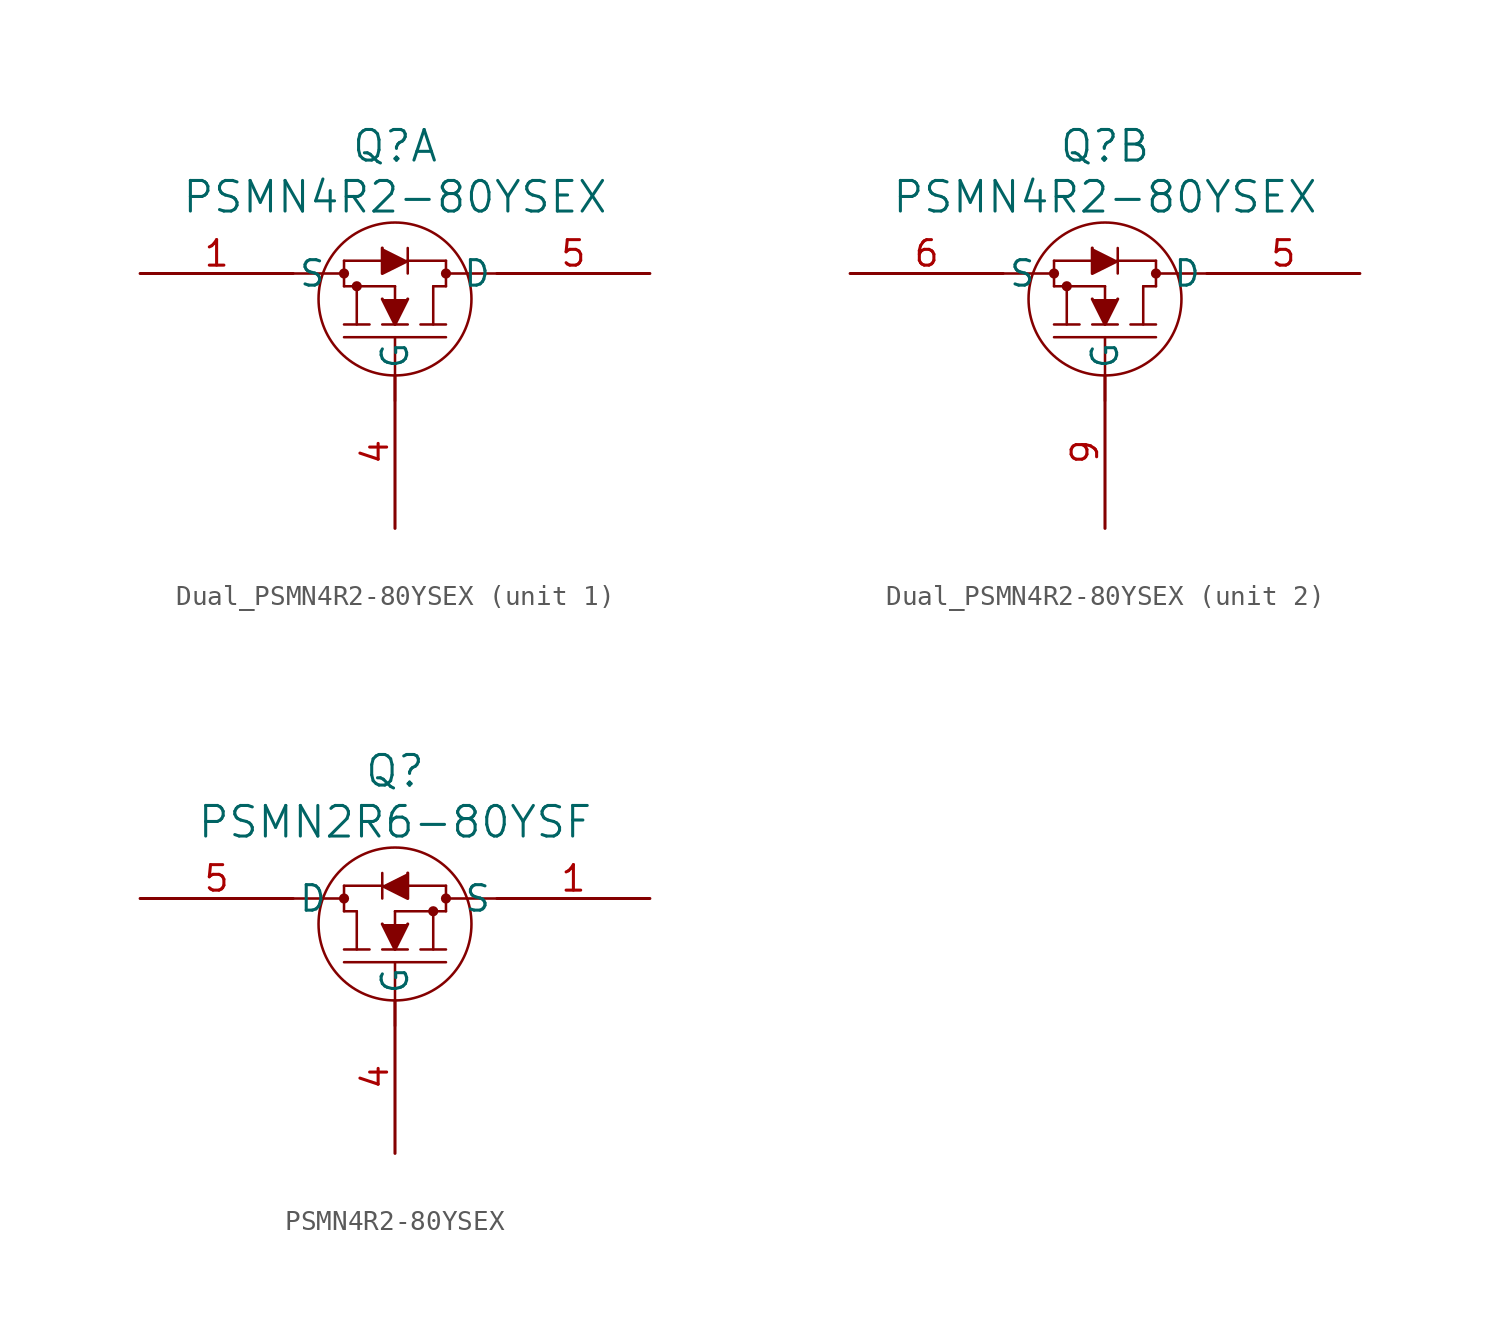
<source format=kicad_sym>
(kicad_symbol_lib
  (version 20231120)
  (generator "kicad_symbol_editor")
  (generator_version "8.0")
  (symbol "Dual_PSMN4R2-80YSEX"
    (pin_names
      (offset 0.254))
    (property "Reference" "Q"
      (at 0 6.35 0)
      (effects (font (size 1.524 1.524))))
    (property "Value" "PSMN4R2-80YSEX"
      (at 0 3.81 0)
      (effects (font (size 1.524 1.524))))
    (symbol "Dual_PSMN4R2-80YSEX_0_1"
      (circle (center -2.54 0) (radius 0.127) (stroke (width 0.254) (type default)) (fill (type none)))
      (circle (center -1.905 -0.635) (radius 0.127) (stroke (width 0.254) (type default)) (fill (type none)))
      (circle (center 0 -1.27) (radius 3.81) (stroke (width 0.127) (type default)) (fill (type none)))
      (polyline (pts (xy -5.08 0) (xy -2.54 0)) (stroke (width 0.127) (type default)) (fill (type none)))
      (polyline (pts (xy -2.54 -3.175) (xy 2.54 -3.175)) (stroke (width 0.127) (type default)) (fill (type none)))
      (polyline (pts (xy -2.54 -2.54) (xy -1.27 -2.54)) (stroke (width 0.127) (type default)) (fill (type none)))
      (polyline (pts (xy -2.54 -0.635) (xy -2.54 0.635)) (stroke (width 0.127) (type default)) (fill (type none)))
      (polyline (pts (xy -2.54 -0.635) (xy 0 -0.635)) (stroke (width 0.127) (type default)) (fill (type none)))
      (polyline (pts (xy -2.54 0.635) (xy -0.635 0.635)) (stroke (width 0.127) (type default)) (fill (type none)))
      (polyline (pts (xy -1.905 -2.54) (xy -1.905 -0.635)) (stroke (width 0.127) (type default)) (fill (type none)))
      (polyline (pts (xy -0.635 -2.54) (xy 0.635 -2.54)) (stroke (width 0.127) (type default)) (fill (type none)))
      (polyline (pts (xy 0 -6.35) (xy 0 -3.175)) (stroke (width 0.127) (type default)) (fill (type none)))
      (polyline (pts (xy 0 -1.27) (xy 0 -0.635)) (stroke (width 0.127) (type default)) (fill (type none)))
      (polyline (pts (xy 0.635 0.635) (xy 2.54 0.635)) (stroke (width 0.127) (type default)) (fill (type none)))
      (polyline (pts (xy 0.635 1.27) (xy 0.635 0)) (stroke (width 0.127) (type default)) (fill (type none)))
      (polyline (pts (xy 1.27 -2.54) (xy 2.54 -2.54)) (stroke (width 0.127) (type default)) (fill (type none)))
      (polyline (pts (xy 1.905 -2.54) (xy 1.905 -0.635)) (stroke (width 0.127) (type default)) (fill (type none)))
      (polyline (pts (xy 1.905 -0.635) (xy 2.54 -0.635)) (stroke (width 0.127) (type default)) (fill (type none)))
      (polyline (pts (xy 2.54 -0.635) (xy 2.54 0.635)) (stroke (width 0.127) (type default)) (fill (type none)))
      (polyline (pts (xy 5.08 0) (xy 2.54 0)) (stroke (width 0.127) (type default)) (fill (type none)))
      (polyline (pts (xy -0.635 1.27) (xy -0.635 0) (xy 0.635 0.635)) (stroke (width 0) (type default)) (fill (type outline)))
      (polyline (pts (xy 0.635 -1.27) (xy 0 -2.54) (xy -0.635 -1.27)) (stroke (width 0) (type default)) (fill (type outline)))
      (circle (center 2.54 0) (radius 0.127) (stroke (width 0.254) (type default)) (fill (type none))))
    (symbol "Dual_PSMN4R2-80YSEX_1_1"
      (pin passive line (at -12.7 0 0) (length 7.62) (name "S" (effects (font (size 1.27 1.27)))) (number "1" (effects (font (size 1.27 1.27)))))
      (pin passive line (at -12.7 0 0) (length 7.62) hide (name "S" (effects (font (size 1.27 1.27)))) (number "2" (effects (font (size 1.27 1.27)))))
      (pin passive line (at -12.7 0 0) (length 7.62) hide (name "S" (effects (font (size 1.27 1.27)))) (number "3" (effects (font (size 1.27 1.27)))))
      (pin passive line (at 0 -12.7 90) (length 7.62) (name "G" (effects (font (size 1.27 1.27)))) (number "4" (effects (font (size 1.27 1.27)))))
      (pin passive line (at 12.7 0 180) (length 7.62) (name "D" (effects (font (size 1.27 1.27)))) (number "5" (effects (font (size 1.27 1.27))))))
    (symbol "Dual_PSMN4R2-80YSEX_2_1"
      (pin passive line (at 12.7 0 180) (length 7.62) (name "D" (effects (font (size 1.27 1.27)))) (number "5" (effects (font (size 1.27 1.27)))))
      (pin passive line (at -12.7 0 0) (length 7.62) (name "S" (effects (font (size 1.27 1.27)))) (number "6" (effects (font (size 1.27 1.27)))))
      (pin passive line (at -12.7 0 0) (length 7.62) hide (name "S" (effects (font (size 1.27 1.27)))) (number "7" (effects (font (size 1.27 1.27)))))
      (pin passive line (at -12.7 0 0) (length 7.62) hide (name "S" (effects (font (size 1.27 1.27)))) (number "8" (effects (font (size 1.27 1.27)))))
      (pin passive line (at 0 -12.7 90) (length 7.62) (name "G" (effects (font (size 1.27 1.27)))) (number "9" (effects (font (size 1.27 1.27)))))))
  (symbol "PSMN4R2-80YSEX"
    (pin_names
      (offset 0.254))
    (property "Reference" "Q"
      (at 0 6.35 0)
      (effects (font (size 1.524 1.524))))
    (property "Value" "PSMN2R6-80YSF"
      (at 0 3.81 0)
      (effects (font (size 1.524 1.524))))
    (symbol "PSMN4R2-80YSEX_0_1"
      (circle (center -2.54 0) (radius 0.127) (stroke (width 0.254) (type default)) (fill (type none)))
      (circle (center 0 -1.27) (radius 3.81) (stroke (width 0.127) (type default)) (fill (type none)))
      (polyline (pts (xy -5.08 0) (xy -2.54 0)) (stroke (width 0.127) (type default)) (fill (type none)))
      (polyline (pts (xy -2.54 -0.635) (xy -2.54 0.635)) (stroke (width 0.127) (type default)) (fill (type none)))
      (polyline (pts (xy -1.905 -2.54) (xy -1.905 -0.635)) (stroke (width 0.127) (type default)) (fill (type none)))
      (polyline (pts (xy -1.905 -0.635) (xy -2.54 -0.635)) (stroke (width 0.127) (type default)) (fill (type none)))
      (polyline (pts (xy -1.27 -2.54) (xy -2.54 -2.54)) (stroke (width 0.127) (type default)) (fill (type none)))
      (polyline (pts (xy -0.635 0.635) (xy -2.54 0.635)) (stroke (width 0.127) (type default)) (fill (type none)))
      (polyline (pts (xy -0.635 1.27) (xy -0.635 0)) (stroke (width 0.127) (type default)) (fill (type none)))
      (polyline (pts (xy 0 -6.35) (xy 0 -3.175)) (stroke (width 0.127) (type default)) (fill (type none)))
      (polyline (pts (xy 0 -1.27) (xy 0 -0.635)) (stroke (width 0.127) (type default)) (fill (type none)))
      (polyline (pts (xy 0.635 -2.54) (xy -0.635 -2.54)) (stroke (width 0.127) (type default)) (fill (type none)))
      (polyline (pts (xy 1.905 -2.54) (xy 1.905 -0.635)) (stroke (width 0.127) (type default)) (fill (type none)))
      (polyline (pts (xy 2.54 -3.175) (xy -2.54 -3.175)) (stroke (width 0.127) (type default)) (fill (type none)))
      (polyline (pts (xy 2.54 -2.54) (xy 1.27 -2.54)) (stroke (width 0.127) (type default)) (fill (type none)))
      (polyline (pts (xy 2.54 -0.635) (xy 0 -0.635)) (stroke (width 0.127) (type default)) (fill (type none)))
      (polyline (pts (xy 2.54 -0.635) (xy 2.54 0.635)) (stroke (width 0.127) (type default)) (fill (type none)))
      (polyline (pts (xy 2.54 0.635) (xy 0.635 0.635)) (stroke (width 0.127) (type default)) (fill (type none)))
      (polyline (pts (xy 5.08 0) (xy 2.54 0)) (stroke (width 0.127) (type default)) (fill (type none)))
      (polyline (pts (xy -0.635 -1.27) (xy 0 -2.54) (xy 0.635 -1.27)) (stroke (width 0) (type default)) (fill (type outline)))
      (polyline (pts (xy 0.635 1.27) (xy 0.635 0) (xy -0.635 0.635)) (stroke (width 0) (type default)) (fill (type outline)))
      (circle (center 1.905 -0.635) (radius 0.127) (stroke (width 0.254) (type default)) (fill (type none)))
      (circle (center 2.54 0) (radius 0.127) (stroke (width 0.254) (type default)) (fill (type none))))
    (symbol "PSMN4R2-80YSEX_1_1"
      (pin passive line (at 12.7 0 180) (length 7.62) (name "S" (effects (font (size 1.27 1.27)))) (number "1" (effects (font (size 1.27 1.27)))))
      (pin passive line (at 12.7 0 180) (length 7.62) hide (name "S" (effects (font (size 1.27 1.27)))) (number "2" (effects (font (size 1.27 1.27)))))
      (pin passive line (at 12.7 0 180) (length 7.62) hide (name "3" (effects (font (size 1.27 1.27)))) (number "3" (effects (font (size 1.27 1.27)))))
      (pin passive line (at 0 -12.7 90) (length 7.62) (name "G" (effects (font (size 1.27 1.27)))) (number "4" (effects (font (size 1.27 1.27)))))
      (pin passive line (at -12.7 0 0) (length 7.62) (name "D" (effects (font (size 1.27 1.27)))) (number "5" (effects (font (size 1.27 1.27))))))))
</source>
